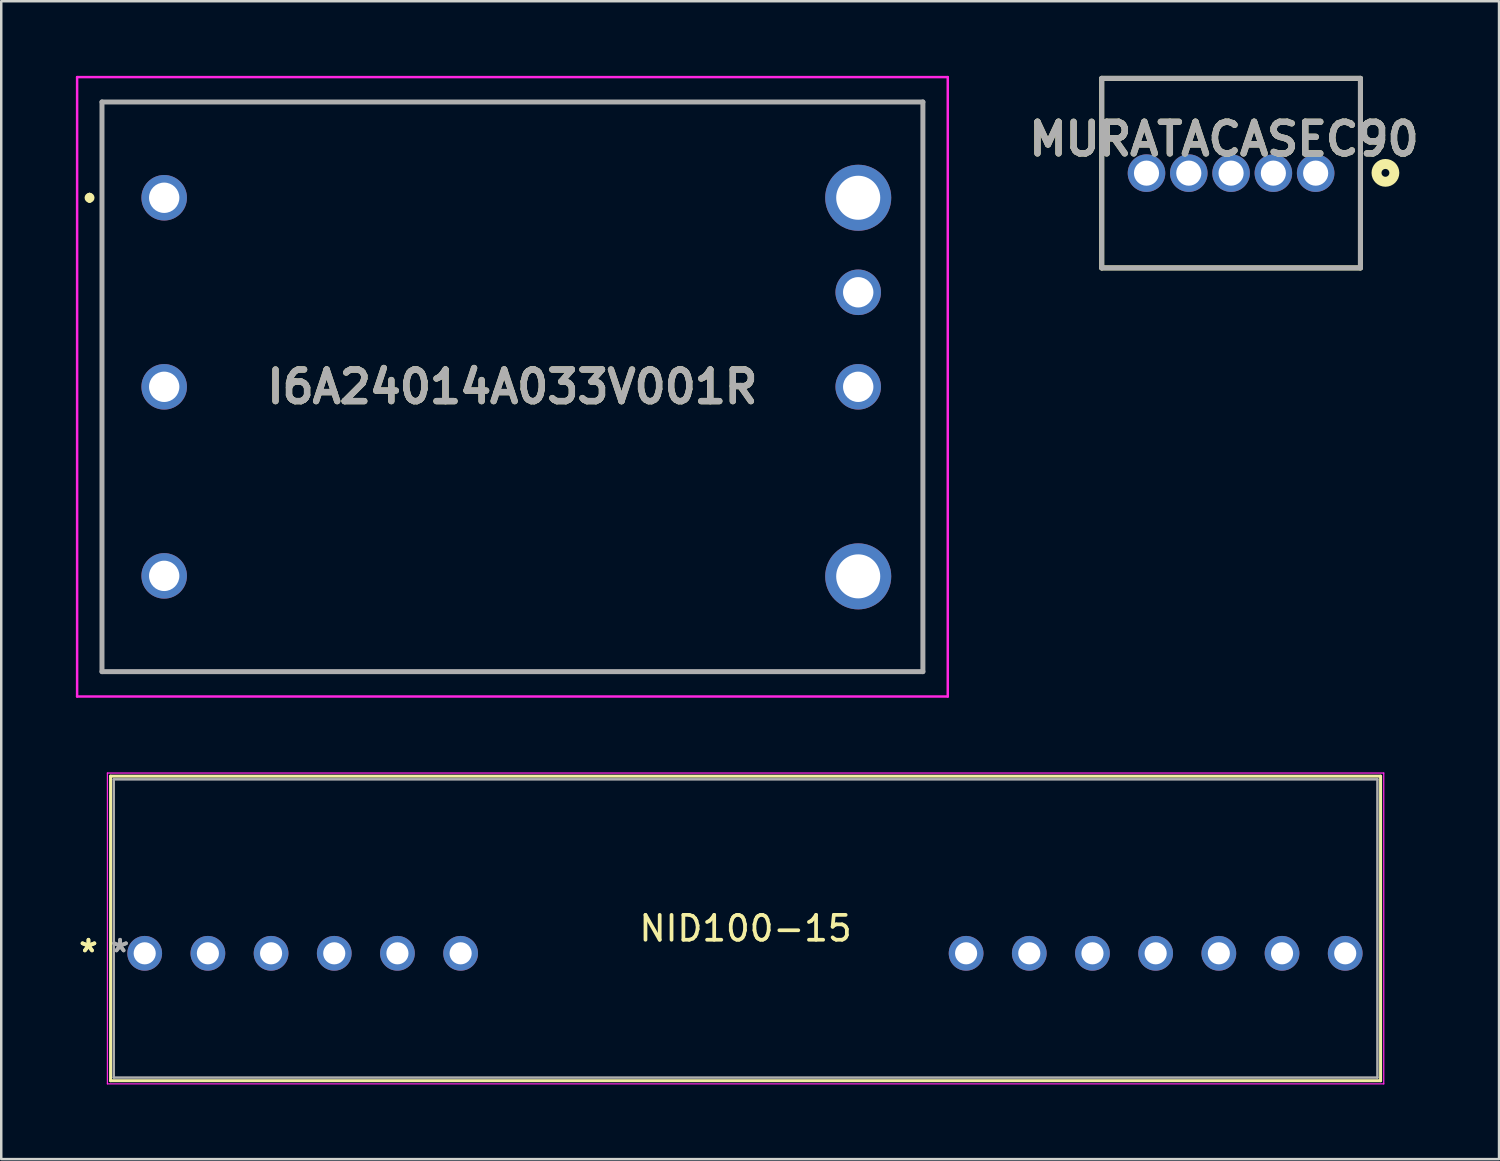
<source format=kicad_pcb>
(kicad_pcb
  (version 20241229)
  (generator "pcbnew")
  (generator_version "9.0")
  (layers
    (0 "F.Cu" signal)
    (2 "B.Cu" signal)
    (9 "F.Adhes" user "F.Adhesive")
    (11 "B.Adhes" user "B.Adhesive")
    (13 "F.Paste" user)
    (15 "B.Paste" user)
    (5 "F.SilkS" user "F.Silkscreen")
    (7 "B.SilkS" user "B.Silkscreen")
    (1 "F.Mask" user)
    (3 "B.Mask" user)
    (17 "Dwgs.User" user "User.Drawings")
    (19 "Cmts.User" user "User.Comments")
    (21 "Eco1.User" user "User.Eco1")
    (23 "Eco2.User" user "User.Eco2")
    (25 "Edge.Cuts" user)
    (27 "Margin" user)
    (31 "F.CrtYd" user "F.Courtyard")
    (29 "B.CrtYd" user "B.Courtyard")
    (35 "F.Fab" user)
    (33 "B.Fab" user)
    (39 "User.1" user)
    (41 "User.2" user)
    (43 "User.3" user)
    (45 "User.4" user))
  (footprint "I6A24014A033V001R"
    (layer "F.Cu")
    (at 3.55 4.9)
    (property "Reference" "I6A24014A033V001R" (at 14 7.6 0) (layer "F.SilkS") (effects (font (size 1.27 1.27) (thickness 0.254))))
    (attr through_hole)
    (fp_line (start -3 -0.1) (end -3 -0.1) (stroke (width 0.2) (type solid)) (layer "F.SilkS"))
    (fp_line (start -3 0.1) (end -3 0.1) (stroke (width 0.2) (type solid)) (layer "F.SilkS"))
    (fp_line (start -2.5 -3.85) (end 30.5 -3.85) (stroke (width 0.1) (type solid)) (layer "F.SilkS"))
    (fp_line (start -2.5 19.05) (end -2.5 -3.85) (stroke (width 0.1) (type solid)) (layer "F.SilkS"))
    (fp_line (start 30.5 -3.85) (end 30.5 19.05) (stroke (width 0.1) (type solid)) (layer "F.SilkS"))
    (fp_line (start 30.5 19.05) (end -2.5 19.05) (stroke (width 0.1) (type solid)) (layer "F.SilkS"))
    (fp_arc (start -3 -0.1) (mid -2.9 0) (end -3 0.1) (stroke (width 0.2) (type solid)) (layer "F.SilkS"))
    (fp_arc (start -3 0.1) (mid -3.1 0) (end -3 -0.1) (stroke (width 0.2) (type solid)) (layer "F.SilkS"))
    (fp_line (start -3.5 -4.85) (end 31.5 -4.85) (stroke (width 0.1) (type solid)) (layer "F.CrtYd"))
    (fp_line (start -3.5 20.05) (end -3.5 -4.85) (stroke (width 0.1) (type solid)) (layer "F.CrtYd"))
    (fp_line (start 31.5 -4.85) (end 31.5 20.05) (stroke (width 0.1) (type solid)) (layer "F.CrtYd"))
    (fp_line (start 31.5 20.05) (end -3.5 20.05) (stroke (width 0.1) (type solid)) (layer "F.CrtYd"))
    (fp_line (start -2.5 -3.85) (end 30.5 -3.85) (stroke (width 0.2) (type solid)) (layer "F.Fab"))
    (fp_line (start -2.5 19.05) (end -2.5 -3.85) (stroke (width 0.2) (type solid)) (layer "F.Fab"))
    (fp_line (start 30.5 -3.85) (end 30.5 19.05) (stroke (width 0.2) (type solid)) (layer "F.Fab"))
    (fp_line (start 30.5 19.05) (end -2.5 19.05) (stroke (width 0.2) (type solid)) (layer "F.Fab"))
    (fp_text user "${REFERENCE}" (at 14 7.6 0) (layer "F.Fab") (effects (font (size 1.27 1.27) (thickness 0.254))))
    (pad "1" thru_hole circle (at 0 0) (size 1.83 1.83) (drill 1.22) (layers "*.Cu" "*.Mask"))
    (pad "2" thru_hole circle (at 0 7.6) (size 1.83 1.83) (drill 1.22) (layers "*.Cu" "*.Mask"))
    (pad "3" thru_hole circle (at 0 15.2) (size 1.83 1.83) (drill 1.22) (layers "*.Cu" "*.Mask"))
    (pad "4" thru_hole circle (at 27.9 15.22) (size 2.655 2.655) (drill 1.77) (layers "*.Cu" "*.Mask"))
    (pad "6" thru_hole circle (at 27.9 7.6) (size 1.83 1.83) (drill 1.22) (layers "*.Cu" "*.Mask"))
    (pad "7" thru_hole circle (at 27.9 3.8) (size 1.83 1.83) (drill 1.22) (layers "*.Cu" "*.Mask"))
    (pad "8" thru_hole circle (at 27.9 0) (size 2.655 2.655) (drill 1.77) (layers "*.Cu" "*.Mask")))
  (footprint "NID100-15"
    (layer "F.Cu")
    (at 2.767 35.273)
    (property "Reference" "NID100-15" (at 24.155 -1 0) (layer "F.SilkS") (effects (font (size 1 1) (thickness 0.15))))
    (attr through_hole)
    (fp_line (start -1.372 -7.121) (end -1.372 5.121) (stroke (width 0.12) (type solid)) (layer "F.SilkS"))
    (fp_line (start -1.372 5.121) (end 49.682 5.121) (stroke (width 0.12) (type solid)) (layer "F.SilkS"))
    (fp_line (start 49.682 -7.121) (end -1.372 -7.121) (stroke (width 0.12) (type solid)) (layer "F.SilkS"))
    (fp_line (start 49.682 5.121) (end 49.682 -7.121) (stroke (width 0.12) (type solid)) (layer "F.SilkS"))
    (fp_line (start -1.499 -7.248) (end 49.809 -7.248) (stroke (width 0.05) (type solid)) (layer "F.CrtYd"))
    (fp_line (start -1.499 5.248) (end -1.499 -7.248) (stroke (width 0.05) (type solid)) (layer "F.CrtYd"))
    (fp_line (start 49.809 -7.248) (end 49.809 5.248) (stroke (width 0.05) (type solid)) (layer "F.CrtYd"))
    (fp_line (start 49.809 5.248) (end -1.499 5.248) (stroke (width 0.05) (type solid)) (layer "F.CrtYd"))
    (fp_line (start -1.245 -6.994) (end -1.245 4.994) (stroke (width 0.1) (type solid)) (layer "F.Fab"))
    (fp_line (start -1.245 4.994) (end 49.555 4.994) (stroke (width 0.1) (type solid)) (layer "F.Fab"))
    (fp_line (start 49.555 -6.994) (end -1.245 -6.994) (stroke (width 0.1) (type solid)) (layer "F.Fab"))
    (fp_line (start 49.555 4.994) (end 49.555 -6.994) (stroke (width 0.1) (type solid)) (layer "F.Fab"))
    (fp_text user "*" (at -2.261 0 0) (layer "F.SilkS") (effects (font (size 1 1) (thickness 0.15))))
    (fp_text user "*" (at -2.261 0 0) (layer "F.SilkS") (effects (font (size 1 1) (thickness 0.15))))
    (fp_text user "Copyright 2021 Accelerated Designs. All rights reserved." (at 0 0 0) (layer "Cmts.User") (effects (font (size 0.127 0.127) (thickness 0.002))))
    (fp_text user "*" (at -0.991 0 0) (layer "F.Fab") (effects (font (size 1 1) (thickness 0.15))))
    (fp_text user "*" (at -0.991 0 0) (layer "F.Fab") (effects (font (size 1 1) (thickness 0.15))))
    (pad "1" thru_hole circle (at 0 0.000001) (size 1.397 1.397) (drill 0.889) (layers "*.Cu" "*.Mask"))
    (pad "2" thru_hole circle (at 2.54 0.000001) (size 1.397 1.397) (drill 0.889) (layers "*.Cu" "*.Mask"))
    (pad "3" thru_hole circle (at 5.08 0.000001) (size 1.397 1.397) (drill 0.889) (layers "*.Cu" "*.Mask"))
    (pad "4" thru_hole circle (at 7.62 0.000001) (size 1.397 1.397) (drill 0.889) (layers "*.Cu" "*.Mask"))
    (pad "5" thru_hole circle (at 10.16 0.000001) (size 1.397 1.397) (drill 0.889) (layers "*.Cu" "*.Mask"))
    (pad "6" thru_hole circle (at 12.7 0.000001) (size 1.397 1.397) (drill 0.889) (layers "*.Cu" "*.Mask"))
    (pad "7" thru_hole circle (at 33.02 0.000001) (size 1.397 1.397) (drill 0.889) (layers "*.Cu" "*.Mask"))
    (pad "8" thru_hole circle (at 35.56 0.000001) (size 1.397 1.397) (drill 0.889) (layers "*.Cu" "*.Mask"))
    (pad "9" thru_hole circle (at 38.1 0.000001) (size 1.397 1.397) (drill 0.889) (layers "*.Cu" "*.Mask"))
    (pad "10" thru_hole circle (at 40.64 0.000001) (size 1.397 1.397) (drill 0.889) (layers "*.Cu" "*.Mask"))
    (pad "11" thru_hole circle (at 43.18 0.000001) (size 1.397 1.397) (drill 0.889) (layers "*.Cu" "*.Mask"))
    (pad "12" thru_hole circle (at 45.72 0.000001) (size 1.397 1.397) (drill 0.889) (layers "*.Cu" "*.Mask"))
    (pad "13" thru_hole circle (at 48.26 0.000001) (size 1.397 1.397) (drill 0.889) (layers "*.Cu" "*.Mask")))
  (footprint "MURATACASEC90"
    (layer "F.Cu")
    (at 49.439 0.91)
    (property "Reference" "MURATACASEC90" (at -3.284 1.632 0) (layer "F.SilkS") (effects (font (size 1.27 1.27) (thickness 0.254))))
    (attr through_hole)
    (fp_line (start -8.2 -0.81) (end 2.2 -0.81) (stroke (width 0.2) (type solid)) (layer "F.SilkS"))
    (fp_line (start -8.2 6.81) (end -8.2 -0.81) (stroke (width 0.2) (type solid)) (layer "F.SilkS"))
    (fp_line (start 2.2 -0.81) (end 2.2 6.81) (stroke (width 0.2) (type solid)) (layer "F.SilkS"))
    (fp_line (start 2.2 6.81) (end -8.2 6.81) (stroke (width 0.2) (type solid)) (layer "F.SilkS"))
    (fp_circle (center 3.205 2.989) (end 3.205 3.147) (stroke (width 0.4) (type solid)) (fill no) (layer "F.SilkS"))
    (fp_line (start -8.2 -0.81) (end 2.2 -0.81) (stroke (width 0.2) (type solid)) (layer "F.Fab"))
    (fp_line (start -8.2 6.81) (end -8.2 -0.81) (stroke (width 0.2) (type solid)) (layer "F.Fab"))
    (fp_line (start 2.2 -0.81) (end 2.2 6.81) (stroke (width 0.2) (type solid)) (layer "F.Fab"))
    (fp_line (start 2.2 6.81) (end -8.2 6.81) (stroke (width 0.2) (type solid)) (layer "F.Fab"))
    (fp_text user "${REFERENCE}" (at -3.284 1.632 0) (layer "F.Fab") (effects (font (size 1.27 1.27) (thickness 0.254))))
    (pad "1" thru_hole circle (at 0.4 3) (size 1.51 1.51) (drill 1.01) (layers "*.Cu" "*.Mask"))
    (pad "2" thru_hole circle (at -1.3 3) (size 1.51 1.51) (drill 1.01) (layers "*.Cu" "*.Mask"))
    (pad "3" thru_hole circle (at -3 3) (size 1.51 1.51) (drill 1.01) (layers "*.Cu" "*.Mask"))
    (pad "4" thru_hole circle (at -4.7 3) (size 1.51 1.51) (drill 1.01) (layers "*.Cu" "*.Mask"))
    (pad "5" thru_hole circle (at -6.4 3) (size 1.51 1.51) (drill 1.01) (layers "*.Cu" "*.Mask")))
  (gr_rect
    (start -3 -3)
    (end 57.211 43.547)
    (stroke (width 0.1) (type default))
    (fill no)
    (layer "Edge.Cuts")))
</source>
